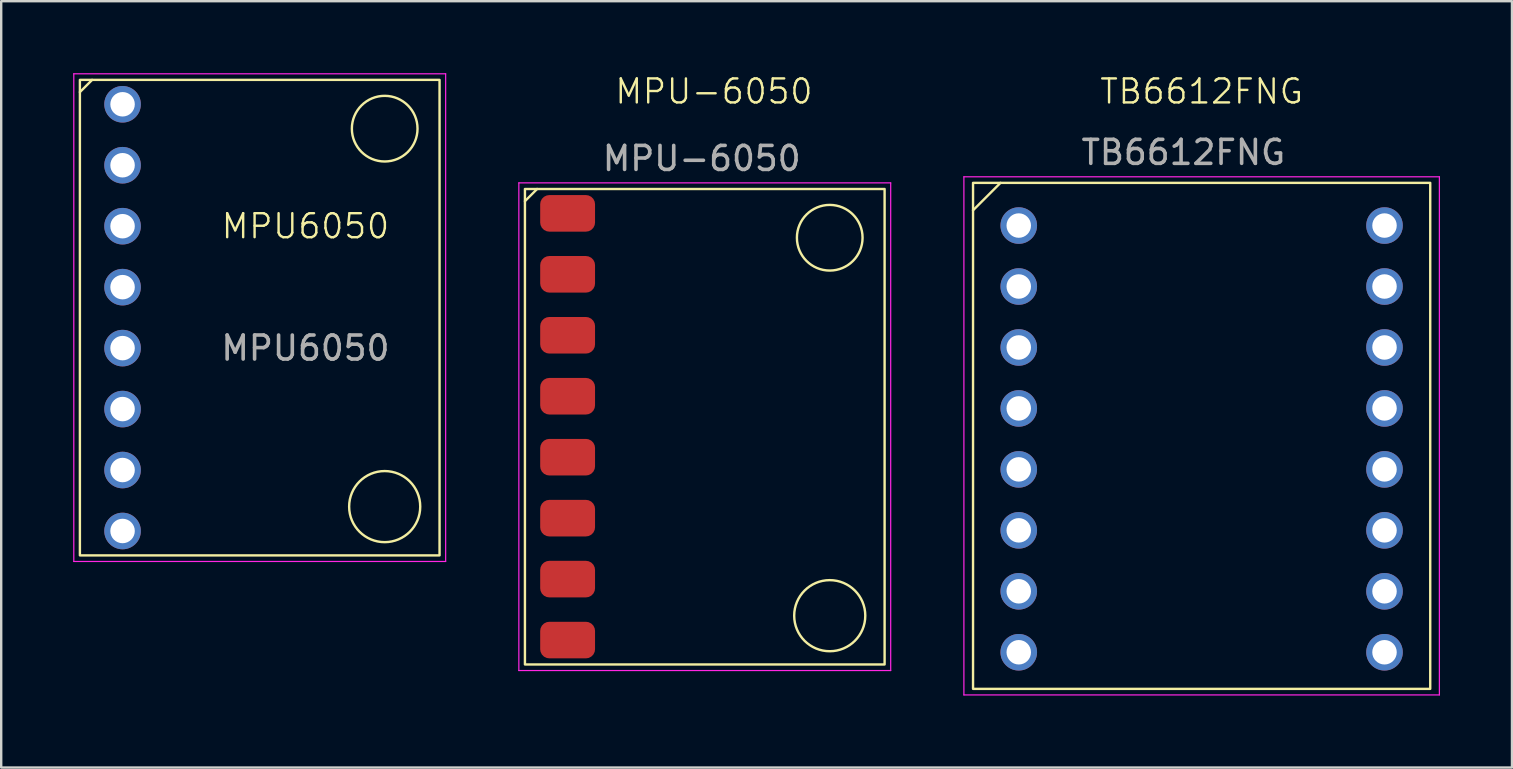
<source format=kicad_pcb>
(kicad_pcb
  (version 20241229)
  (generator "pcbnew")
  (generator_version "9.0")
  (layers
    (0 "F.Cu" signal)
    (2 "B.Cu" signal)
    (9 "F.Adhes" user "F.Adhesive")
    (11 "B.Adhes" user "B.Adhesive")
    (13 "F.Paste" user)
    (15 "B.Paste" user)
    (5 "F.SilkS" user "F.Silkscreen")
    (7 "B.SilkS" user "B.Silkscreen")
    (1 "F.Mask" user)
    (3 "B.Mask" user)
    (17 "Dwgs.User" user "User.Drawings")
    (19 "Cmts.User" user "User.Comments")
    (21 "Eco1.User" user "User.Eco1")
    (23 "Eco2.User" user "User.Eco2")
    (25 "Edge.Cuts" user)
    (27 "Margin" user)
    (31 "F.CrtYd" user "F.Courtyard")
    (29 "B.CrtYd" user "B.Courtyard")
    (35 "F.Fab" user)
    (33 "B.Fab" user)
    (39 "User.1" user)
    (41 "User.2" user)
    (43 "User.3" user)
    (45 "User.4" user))
  (footprint "MPU6050"
    (layer "F.Cu")
    (at 2.057 1.295)
    (property "Reference" "MPU6050" (at 7.62 5.08 0) (unlocked yes) (layer "F.SilkS") (effects (font (size 1 1) (thickness 0.1))))
    (attr through_hole)
    (fp_line (start -1.778 -0.508) (end -1.27 -1.016) (stroke (width 0.1) (type default)) (layer "F.SilkS"))
    (fp_rect (start -1.778 -1.016) (end 13.208 18.796) (stroke (width 0.1) (type default)) (fill no) (layer "F.SilkS"))
    (fp_circle (center 10.922 1.016) (end 11.43 2.286) (stroke (width 0.1) (type default)) (fill no) (layer "F.SilkS"))
    (fp_circle (center 10.922 16.764) (end 11.684 18.034) (stroke (width 0.1) (type default)) (fill no) (layer "F.SilkS"))
    (fp_line (start -2.032 -1.27) (end 13.462 -1.27) (stroke (width 0.05) (type default)) (layer "F.CrtYd"))
    (fp_line (start -2.032 19.05) (end -2.032 -1.27) (stroke (width 0.05) (type default)) (layer "F.CrtYd"))
    (fp_line (start 13.462 -1.27) (end 13.462 19.05) (stroke (width 0.05) (type default)) (layer "F.CrtYd"))
    (fp_line (start 13.462 19.05) (end -2.032 19.05) (stroke (width 0.05) (type default)) (layer "F.CrtYd"))
    (fp_text user "${REFERENCE}" (at 7.62 10.16 0) (unlocked yes) (layer "F.Fab") (effects (font (size 1 1) (thickness 0.15))))
    (pad "1" thru_hole circle (at 0 0) (size 1.524 1.524) (drill 1.02) (layers "*.Cu" "*.Mask"))
    (pad "2" thru_hole circle (at 0 2.54) (size 1.524 1.524) (drill 1.02) (layers "*.Cu" "*.Mask"))
    (pad "3" thru_hole circle (at 0 5.08) (size 1.524 1.524) (drill 1.02) (layers "*.Cu" "*.Mask"))
    (pad "4" thru_hole circle (at 0 7.62) (size 1.524 1.524) (drill 1.02) (layers "*.Cu" "*.Mask"))
    (pad "5" thru_hole circle (at 0 10.16) (size 1.524 1.524) (drill 1.02) (layers "*.Cu" "*.Mask"))
    (pad "6" thru_hole circle (at 0 12.7) (size 1.524 1.524) (drill 1.02) (layers "*.Cu" "*.Mask"))
    (pad "7" thru_hole circle (at 0 15.24) (size 1.524 1.524) (drill 1.02) (layers "*.Cu" "*.Mask"))
    (pad "8" thru_hole circle (at 0 17.78) (size 1.524 1.524) (drill 1.02) (layers "*.Cu" "*.Mask")))
  (footprint "TB6612FNG"
    (layer "F.Cu")
    (at 39.399 6.348)
    (property "Reference" "TB6612FNG" (at 7.62 -5.588 0) (unlocked yes) (layer "F.SilkS") (effects (font (size 1 1) (thickness 0.1))))
    (attr smd)
    (fp_line (start -1.905 -0.635) (end -0.762 -1.778) (stroke (width 0.1) (type default)) (layer "F.SilkS"))
    (fp_rect (start -1.905 -1.778) (end 17.145 19.304) (stroke (width 0.1) (type default)) (fill no) (layer "F.SilkS"))
    (fp_line (start -2.286 -2.032) (end 17.526 -2.032) (stroke (width 0.05) (type default)) (layer "F.CrtYd"))
    (fp_line (start -2.286 19.558) (end -2.286 -2.032) (stroke (width 0.05) (type default)) (layer "F.CrtYd"))
    (fp_line (start 17.526 -2.032) (end 17.526 19.558) (stroke (width 0.05) (type default)) (layer "F.CrtYd"))
    (fp_line (start 17.526 19.558) (end -2.286 19.558) (stroke (width 0.05) (type default)) (layer "F.CrtYd"))
    (fp_text user "${REFERENCE}" (at 6.858 -3.048 0) (unlocked yes) (layer "F.Fab") (effects (font (size 1 1) (thickness 0.15))))
    (pad "1" thru_hole circle (at 0 0) (size 1.524 1.524) (drill 1.02) (layers "*.Cu" "*.Mask"))
    (pad "2" thru_hole circle (at 0 2.54) (size 1.524 1.524) (drill 1.02) (layers "*.Cu" "*.Mask"))
    (pad "3" thru_hole circle (at 0 5.08) (size 1.524 1.524) (drill 1.02) (layers "*.Cu" "*.Mask"))
    (pad "4" thru_hole circle (at 0 7.62) (size 1.524 1.524) (drill 1.02) (layers "*.Cu" "*.Mask"))
    (pad "5" thru_hole circle (at 0 10.16) (size 1.524 1.524) (drill 1.02) (layers "*.Cu" "*.Mask"))
    (pad "6" thru_hole circle (at 0 12.7) (size 1.524 1.524) (drill 1.02) (layers "*.Cu" "*.Mask"))
    (pad "7" thru_hole circle (at 0 15.24) (size 1.524 1.524) (drill 1.02) (layers "*.Cu" "*.Mask"))
    (pad "8" thru_hole circle (at 0 17.78) (size 1.524 1.524) (drill 1.02) (layers "*.Cu" "*.Mask"))
    (pad "9" thru_hole circle (at 15.24 0) (size 1.524 1.524) (drill 1.02) (layers "*.Cu" "*.Mask"))
    (pad "10" thru_hole circle (at 15.24 2.54) (size 1.524 1.524) (drill 1.02) (layers "*.Cu" "*.Mask"))
    (pad "11" thru_hole circle (at 15.24 5.08) (size 1.524 1.524) (drill 1.02) (layers "*.Cu" "*.Mask"))
    (pad "12" thru_hole circle (at 15.24 7.62) (size 1.524 1.524) (drill 1.02) (layers "*.Cu" "*.Mask"))
    (pad "13" thru_hole circle (at 15.24 10.16) (size 1.524 1.524) (drill 1.02) (layers "*.Cu" "*.Mask"))
    (pad "14" thru_hole circle (at 15.24 12.7) (size 1.524 1.524) (drill 1.02) (layers "*.Cu" "*.Mask"))
    (pad "15" thru_hole circle (at 15.24 15.24) (size 1.524 1.524) (drill 1.02) (layers "*.Cu" "*.Mask"))
    (pad "16" thru_hole circle (at 15.24 17.78) (size 1.524 1.524) (drill 1.02) (layers "*.Cu" "*.Mask")))
  (footprint "MPU-6050"
    (layer "F.Cu")
    (at 20.601 5.84)
    (property "Reference" "MPU-6050" (at 6.096 -5.08 0) (unlocked yes) (layer "F.SilkS") (effects (font (size 1 1) (thickness 0.1))))
    (attr smd)
    (fp_line (start -1.778 -0.508) (end -1.27 -1.016) (stroke (width 0.1) (type default)) (layer "F.SilkS"))
    (fp_rect (start -1.778 -1.016) (end 13.208 18.796) (stroke (width 0.1) (type default)) (fill no) (layer "F.SilkS"))
    (fp_circle (center 10.922 1.016) (end 11.43 2.286) (stroke (width 0.1) (type default)) (fill no) (layer "F.SilkS"))
    (fp_circle (center 10.922 16.764) (end 11.684 18.034) (stroke (width 0.1) (type default)) (fill no) (layer "F.SilkS"))
    (fp_line (start -2.032 -1.27) (end 13.462 -1.27) (stroke (width 0.05) (type default)) (layer "F.CrtYd"))
    (fp_line (start -2.032 19.05) (end -2.032 -1.27) (stroke (width 0.05) (type default)) (layer "F.CrtYd"))
    (fp_line (start 13.462 -1.27) (end 13.462 19.05) (stroke (width 0.05) (type default)) (layer "F.CrtYd"))
    (fp_line (start 13.462 19.05) (end -2.032 19.05) (stroke (width 0.05) (type default)) (layer "F.CrtYd"))
    (fp_text user "${REFERENCE}" (at 5.588 -2.286 0) (unlocked yes) (layer "F.Fab") (effects (font (size 1 1) (thickness 0.15))))
    (pad "1" smd roundrect (at 0 0) (size 2.286 1.524) (layers "F.Cu" "F.Mask" "F.Paste") (roundrect_rratio 0.25))
    (pad "2" smd roundrect (at 0 2.54) (size 2.286 1.524) (layers "F.Cu" "F.Mask" "F.Paste") (roundrect_rratio 0.25))
    (pad "3" smd roundrect (at 0 5.08) (size 2.286 1.524) (layers "F.Cu" "F.Mask" "F.Paste") (roundrect_rratio 0.25))
    (pad "4" smd roundrect (at 0 7.62) (size 2.286 1.524) (layers "F.Cu" "F.Mask" "F.Paste") (roundrect_rratio 0.25))
    (pad "5" smd roundrect (at 0 10.16) (size 2.286 1.524) (layers "F.Cu" "F.Mask" "F.Paste") (roundrect_rratio 0.25))
    (pad "6" smd roundrect (at 0 12.7) (size 2.286 1.524) (layers "F.Cu" "F.Mask" "F.Paste") (roundrect_rratio 0.25))
    (pad "7" smd roundrect (at 0 15.24) (size 2.286 1.524) (layers "F.Cu" "F.Mask" "F.Paste") (roundrect_rratio 0.25))
    (pad "8" smd roundrect (at 0 17.78) (size 2.286 1.524) (layers "F.Cu" "F.Mask" "F.Paste") (roundrect_rratio 0.25)))
  (gr_rect
    (start -3 -3)
    (end 59.95 28.931)
    (stroke (width 0.1) (type default))
    (fill no)
    (layer "Edge.Cuts")))
</source>
